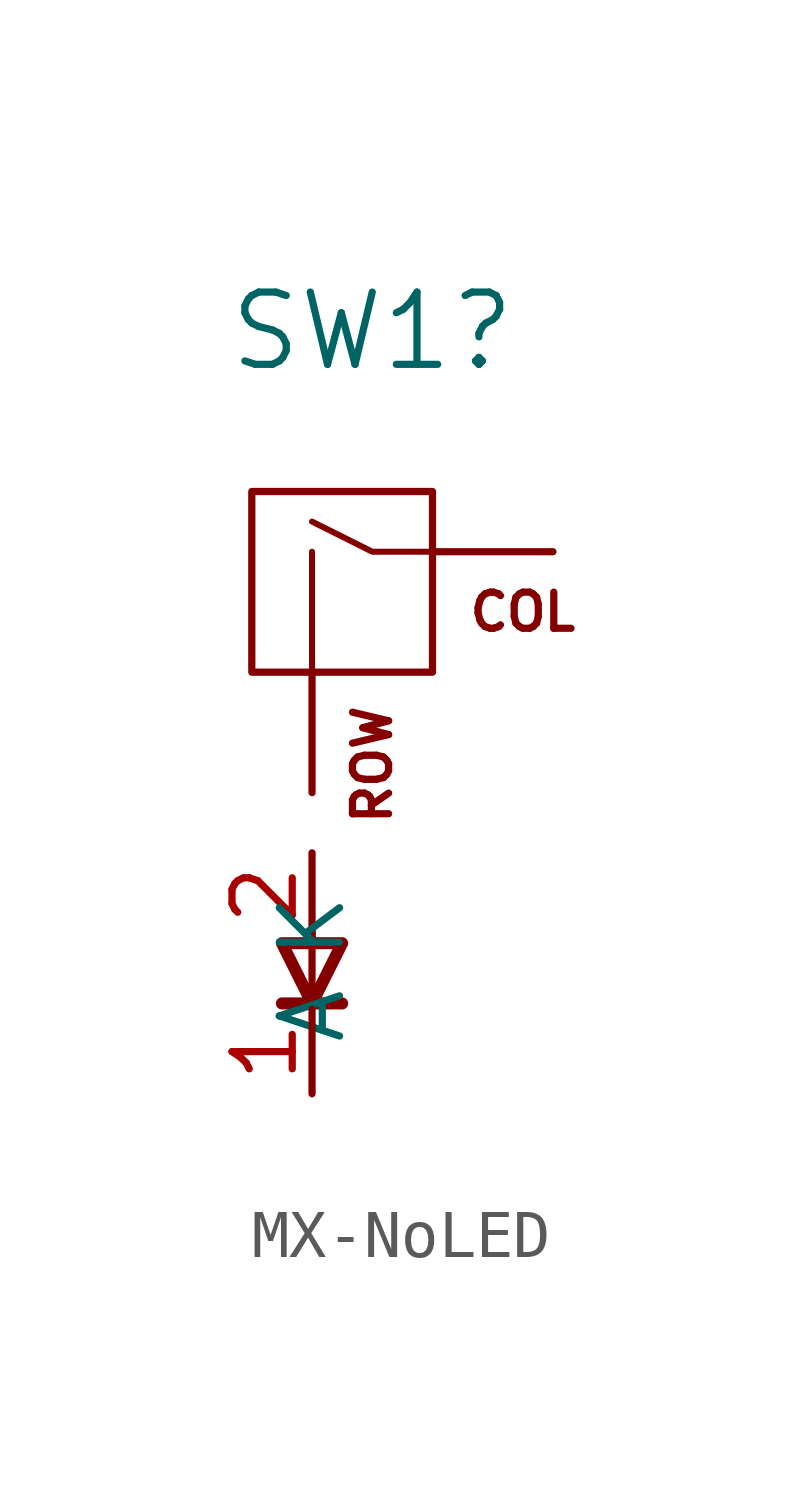
<source format=kicad_sym>
(kicad_symbol_lib
  (version 20211014)
  (generator kicad_symbol_editor)
  (symbol "MX-NoLED"
    (pin_names
      (offset 1.016))
    (property "Reference" "SW1"
      (at 0 5.918 0)
      (effects (font (size 1.524 1.524))))
    (property "Datasheet" ""
      (at 0 0 0)
      (effects (font (size 1.524 1.524))))
    (symbol "MX-NoLED_0_0"
      (rectangle (start -2.54 2.54) (end 1.27 -1.27) (stroke (width 0) (type default) (color 0 0 0 0)) (fill (type none)))
      (polyline (pts (xy -1.27 -1.27) (xy -1.27 1.27)) (stroke (width 0.127) (type default) (color 0 0 0 0)) (fill (type none)))
      (polyline (pts (xy 1.27 1.27) (xy 0 1.27) (xy -1.27 1.905)) (stroke (width 0.127) (type default) (color 0 0 0 0)) (fill (type none)))
      (text "COL" (at 3.175 0 0) (effects (font (size 0.762 0.762))))
      (text "ROW" (at 0 -1.905 900) (effects (font (size 0.762 0.762)) (justify right))))
    (symbol "MX-NoLED_0_1"
      (polyline (pts (xy -1.27 -8.255) (xy -1.27 -6.731)) (stroke (width 0) (type default) (color 0 0 0 0)) (fill (type none)))
      (polyline (pts (xy -0.635 -8.255) (xy -1.905 -8.255)) (stroke (width 0.254) (type default) (color 0 0 0 0)) (fill (type none)))
      (polyline (pts (xy -0.635 -6.985) (xy -1.27 -8.255) (xy -1.905 -6.985) (xy -0.635 -6.985)) (stroke (width 0.254) (type default) (color 0 0 0 0)) (fill (type none))))
    (symbol "MX-NoLED_1_1"
      (pin passive line (at 3.81 1.27 180) (length 2.54) (name "COL" (effects (font (size 0 0)))) (number "1" (effects (font (size 0 0)))))
      (pin passive line (at -1.27 -10.16 90) (length 1.778) (name "K" (effects (font (size 1.27 1.27)))) (number "1" (effects (font (size 1.27 1.27)))))
      (pin passive line (at -1.27 -5.08 270) (length 1.778) (name "A" (effects (font (size 1.27 1.27)))) (number "2" (effects (font (size 1.27 1.27)))))
      (pin passive line (at -1.27 -3.81 90) (length 2.54) (name "ROW" (effects (font (size 0 0)))) (number "2" (effects (font (size 0 0))))))))
</source>
